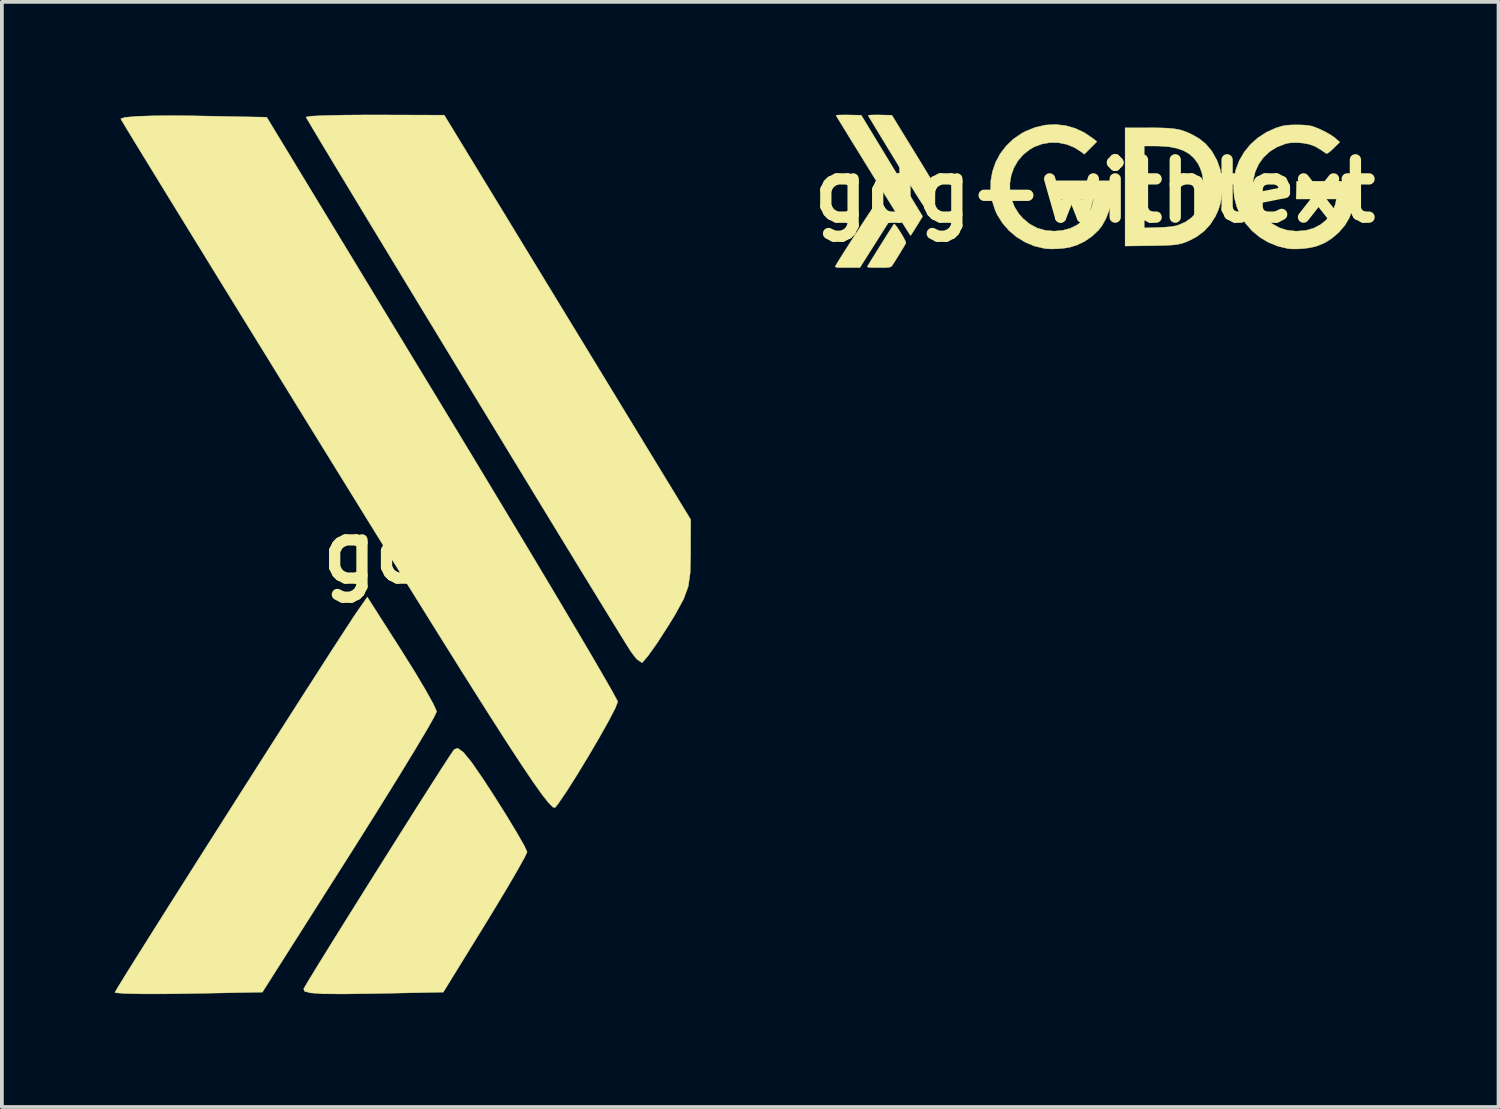
<source format=kicad_pcb>
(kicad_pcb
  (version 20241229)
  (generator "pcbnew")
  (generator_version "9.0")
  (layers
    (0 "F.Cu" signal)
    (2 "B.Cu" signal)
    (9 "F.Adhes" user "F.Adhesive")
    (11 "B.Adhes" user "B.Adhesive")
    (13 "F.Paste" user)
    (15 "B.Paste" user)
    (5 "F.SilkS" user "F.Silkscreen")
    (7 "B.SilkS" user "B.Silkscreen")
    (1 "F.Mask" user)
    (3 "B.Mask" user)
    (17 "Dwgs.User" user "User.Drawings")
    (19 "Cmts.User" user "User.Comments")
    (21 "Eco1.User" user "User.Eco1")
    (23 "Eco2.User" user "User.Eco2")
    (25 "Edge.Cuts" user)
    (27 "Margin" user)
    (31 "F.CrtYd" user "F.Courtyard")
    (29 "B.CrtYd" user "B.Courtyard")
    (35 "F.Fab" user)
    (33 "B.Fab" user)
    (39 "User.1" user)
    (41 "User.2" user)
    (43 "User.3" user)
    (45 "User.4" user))
  (footprint "gdg"
    (layer "F.Cu")
    (at 7.625 11.63)
    (property "Reference" "gdg" (at 0 0 0) (layer "F.SilkS") (effects (font (size 1.524 1.524) (thickness 0.3))))
    (attr through_hole)
    (fp_poly (pts (xy 1.645 5.321) (xy 1.866 5.591) (xy 2.181 6.049) (xy 2.45 6.462) (xy 2.791 7.004) (xy 3.071 7.467) (xy 3.263 7.804) (xy 3.338 7.967) (xy 3.338 7.971) (xy 3.269 8.119) (xy 3.083 8.453) (xy 2.804 8.931) (xy 2.455 9.511) (xy 2.222 9.893) (xy 1.11 11.697) (xy -0.792 11.735) (xy -1.559 11.745) (xy -2.092 11.74) (xy -2.421 11.716) (xy -2.58 11.673) (xy -2.601 11.606) (xy -2.598 11.601) (xy -2.456 11.36) (xy -2.203 10.946) (xy -1.862 10.395) (xy -1.456 9.744) (xy -1.008 9.028) (xy -0.54 8.283) (xy -0.076 7.546) (xy 0.362 6.853) (xy 0.751 6.241) (xy 1.069 5.744) (xy 1.293 5.4) (xy 1.399 5.245) (xy 1.402 5.242) (xy 1.498 5.214) (xy 1.645 5.321)) (stroke (width 0.01) (type solid)) (fill yes) (layer "F.SilkS"))
    (fp_poly (pts (xy 0.01 2.635) (xy 0.358 3.192) (xy 0.646 3.675) (xy 0.846 4.037) (xy 0.932 4.228) (xy 0.933 4.238) (xy 0.864 4.386) (xy 0.668 4.731) (xy 0.362 5.245) (xy -0.037 5.9) (xy -0.513 6.668) (xy -1.048 7.521) (xy -1.381 8.048) (xy -3.699 11.697) (xy -5.659 11.734) (xy -6.349 11.743) (xy -6.932 11.742) (xy -7.363 11.732) (xy -7.594 11.713) (xy -7.62 11.703) (xy -7.551 11.582) (xy -7.355 11.263) (xy -7.05 10.775) (xy -6.653 10.144) (xy -6.183 9.399) (xy -5.656 8.567) (xy -5.09 7.675) (xy -4.503 6.752) (xy -3.912 5.824) (xy -3.336 4.92) (xy -2.791 4.068) (xy -2.294 3.294) (xy -1.865 2.626) (xy -1.519 2.093) (xy -1.276 1.721) (xy -1.171 1.566) (xy -0.91 1.193) (xy 0.01 2.635)) (stroke (width 0.01) (type solid)) (fill yes) (layer "F.SilkS"))
    (fp_poly (pts (xy -0.702 -11.625) (xy 1.136 -11.619) (xy 4.412 -6.244) (xy 7.687 -0.869) (xy 7.685 0.067) (xy 7.674 0.548) (xy 7.622 0.91) (xy 7.499 1.247) (xy 7.275 1.656) (xy 7.084 1.968) (xy 6.801 2.407) (xy 6.564 2.742) (xy 6.413 2.921) (xy 6.387 2.937) (xy 6.25 2.84) (xy 6.096 2.64) (xy 5.939 2.39) (xy 5.667 1.949) (xy 5.295 1.343) (xy 4.837 0.595) (xy 4.308 -0.271) (xy 3.721 -1.233) (xy 3.093 -2.265) (xy 2.436 -3.344) (xy 1.765 -4.447) (xy 1.095 -5.55) (xy 0.439 -6.629) (xy -0.186 -7.66) (xy -0.768 -8.62) (xy -1.291 -9.485) (xy -1.742 -10.231) (xy -2.106 -10.835) (xy -2.368 -11.273) (xy -2.514 -11.521) (xy -2.54 -11.568) (xy -2.414 -11.591) (xy -2.07 -11.608) (xy -1.554 -11.62) (xy -0.916 -11.625) (xy -0.702 -11.625)) (stroke (width 0.01) (type solid)) (fill yes) (layer "F.SilkS"))
    (fp_poly (pts (xy -5.547 -11.601) (xy -3.584 -11.564) (xy 1.081 -3.877) (xy 1.873 -2.57) (xy 2.622 -1.327) (xy 3.318 -0.17) (xy 3.949 0.885) (xy 4.503 1.817) (xy 4.97 2.607) (xy 5.337 3.236) (xy 5.594 3.684) (xy 5.729 3.934) (xy 5.747 3.979) (xy 5.681 4.149) (xy 5.505 4.488) (xy 5.253 4.937) (xy 4.959 5.438) (xy 4.657 5.935) (xy 4.381 6.37) (xy 4.165 6.685) (xy 4.082 6.79) (xy 4.025 6.779) (xy 3.914 6.668) (xy 3.739 6.447) (xy 3.494 6.102) (xy 3.171 5.623) (xy 2.762 4.997) (xy 2.26 4.212) (xy 1.656 3.256) (xy 0.943 2.117) (xy 0.113 0.784) (xy -0.842 -0.755) (xy -1.748 -2.221) (xy -2.629 -3.647) (xy -3.468 -5.009) (xy -4.257 -6.288) (xy -4.984 -7.468) (xy -5.638 -8.531) (xy -6.209 -9.46) (xy -6.686 -10.238) (xy -7.059 -10.847) (xy -7.317 -11.271) (xy -7.449 -11.492) (xy -7.465 -11.521) (xy -7.356 -11.56) (xy -7.024 -11.588) (xy -6.514 -11.604) (xy -5.871 -11.605) (xy -5.547 -11.601)) (stroke (width 0.01) (type solid)) (fill yes) (layer "F.SilkS")))
  (footprint "gdg-withtext"
    (layer "F.Cu")
    (at 26.053 2.033)
    (property "Reference" "gdg-withtext" (at 0 0 0) (layer "F.SilkS") (effects (font (size 1.524 1.524) (thickness 0.3))))
    (attr through_hole)
    (fp_poly (pts (xy -5.72 0.236) (xy -5.681 0.289) (xy -5.629 0.365) (xy -5.569 0.458) (xy -5.563 0.467) (xy -5.407 0.712) (xy -5.825 1.372) (xy -6.243 2.032) (xy -6.576 2.032) (xy -6.707 2.031) (xy -6.799 2.029) (xy -6.857 2.025) (xy -6.887 2.017) (xy -6.897 2.006) (xy -6.896 1.997) (xy -6.878 1.964) (xy -6.839 1.898) (xy -6.781 1.804) (xy -6.708 1.688) (xy -6.623 1.554) (xy -6.528 1.406) (xy -6.428 1.249) (xy -6.324 1.089) (xy -6.22 0.929) (xy -6.119 0.774) (xy -6.023 0.628) (xy -5.937 0.498) (xy -5.862 0.387) (xy -5.803 0.3) (xy -5.762 0.241) (xy -5.741 0.216) (xy -5.74 0.215) (xy -5.72 0.236)) (stroke (width 0.01) (type solid)) (fill yes) (layer "F.SilkS"))
    (fp_poly (pts (xy -6.546 -2.027) (xy -6.206 -2.02) (xy -4.575 0.669) (xy -4.729 0.922) (xy -4.788 1.017) (xy -4.839 1.096) (xy -4.876 1.152) (xy -4.896 1.176) (xy -4.897 1.177) (xy -4.911 1.158) (xy -4.947 1.102) (xy -5.004 1.013) (xy -5.079 0.894) (xy -5.172 0.747) (xy -5.279 0.575) (xy -5.4 0.382) (xy -5.532 0.169) (xy -5.673 -0.059) (xy -5.823 -0.3) (xy -5.89 -0.408) (xy -6.042 -0.655) (xy -6.187 -0.89) (xy -6.323 -1.111) (xy -6.449 -1.314) (xy -6.562 -1.498) (xy -6.66 -1.658) (xy -6.743 -1.793) (xy -6.807 -1.898) (xy -6.852 -1.971) (xy -6.875 -2.009) (xy -6.877 -2.014) (xy -6.859 -2.02) (xy -6.801 -2.025) (xy -6.714 -2.027) (xy -6.603 -2.028) (xy -6.546 -2.027)) (stroke (width 0.01) (type solid)) (fill yes) (layer "F.SilkS"))
    (fp_poly (pts (xy -5.316 0.88) (xy -5.28 0.921) (xy -5.234 0.986) (xy -5.182 1.065) (xy -5.129 1.15) (xy -5.081 1.233) (xy -5.044 1.304) (xy -5.022 1.355) (xy -5.02 1.375) (xy -5.038 1.412) (xy -5.076 1.479) (xy -5.128 1.565) (xy -5.187 1.663) (xy -5.249 1.763) (xy -5.307 1.855) (xy -5.355 1.931) (xy -5.389 1.98) (xy -5.398 1.992) (xy -5.418 2.008) (xy -5.451 2.02) (xy -5.503 2.027) (xy -5.582 2.031) (xy -5.698 2.032) (xy -5.744 2.032) (xy -5.874 2.031) (xy -5.964 2.028) (xy -6.018 2.022) (xy -6.042 2.012) (xy -6.044 2.003) (xy -6.029 1.977) (xy -5.993 1.918) (xy -5.941 1.832) (xy -5.875 1.726) (xy -5.8 1.605) (xy -5.72 1.476) (xy -5.638 1.346) (xy -5.559 1.22) (xy -5.486 1.104) (xy -5.423 1.005) (xy -5.374 0.929) (xy -5.343 0.882) (xy -5.335 0.87) (xy -5.316 0.88)) (stroke (width 0.01) (type solid)) (fill yes) (layer "F.SilkS"))
    (fp_poly (pts (xy -5.738 -2.027) (xy -5.712 -2.027) (xy -5.392 -2.02) (xy -5.052 -1.466) (xy -4.893 -1.207) (xy -4.756 -0.984) (xy -4.64 -0.795) (xy -4.543 -0.636) (xy -4.463 -0.504) (xy -4.399 -0.396) (xy -4.349 -0.309) (xy -4.311 -0.24) (xy -4.284 -0.186) (xy -4.265 -0.144) (xy -4.254 -0.111) (xy -4.248 -0.084) (xy -4.245 -0.059) (xy -4.245 -0.035) (xy -4.245 -0.013) (xy -4.249 0.064) (xy -4.264 0.129) (xy -4.296 0.2) (xy -4.338 0.273) (xy -4.386 0.353) (xy -4.429 0.421) (xy -4.458 0.464) (xy -4.461 0.467) (xy -4.469 0.472) (xy -4.481 0.467) (xy -4.5 0.45) (xy -4.527 0.418) (xy -4.563 0.368) (xy -4.61 0.297) (xy -4.671 0.203) (xy -4.746 0.084) (xy -4.838 -0.064) (xy -4.948 -0.243) (xy -5.079 -0.456) (xy -5.231 -0.705) (xy -5.253 -0.742) (xy -5.386 -0.96) (xy -5.513 -1.168) (xy -5.629 -1.36) (xy -5.735 -1.534) (xy -5.827 -1.686) (xy -5.904 -1.813) (xy -5.964 -1.912) (xy -6.004 -1.979) (xy -6.022 -2.01) (xy -6.023 -2.012) (xy -6.004 -2.02) (xy -5.946 -2.025) (xy -5.855 -2.028) (xy -5.738 -2.027)) (stroke (width 0.01) (type solid)) (fill yes) (layer "F.SilkS"))
    (fp_poly (pts (xy 1.636 -1.685) (xy 1.823 -1.681) (xy 1.978 -1.673) (xy 2.108 -1.66) (xy 2.22 -1.642) (xy 2.32 -1.617) (xy 2.416 -1.583) (xy 2.515 -1.541) (xy 2.575 -1.513) (xy 2.774 -1.4) (xy 2.938 -1.27) (xy 3.076 -1.114) (xy 3.126 -1.044) (xy 3.253 -0.816) (xy 3.338 -0.576) (xy 3.383 -0.319) (xy 3.388 -0.042) (xy 3.387 -0.024) (xy 3.369 0.171) (xy 3.338 0.337) (xy 3.289 0.491) (xy 3.219 0.648) (xy 3.203 0.679) (xy 3.071 0.885) (xy 2.906 1.063) (xy 2.713 1.208) (xy 2.604 1.268) (xy 2.508 1.315) (xy 2.423 1.352) (xy 2.342 1.381) (xy 2.259 1.403) (xy 2.167 1.419) (xy 2.059 1.431) (xy 1.929 1.438) (xy 1.768 1.444) (xy 1.572 1.448) (xy 1.472 1.449) (xy 0.808 1.458) (xy 0.808 -1.201) (xy 1.316 -1.201) (xy 1.316 0.976) (xy 1.691 0.964) (xy 1.857 0.957) (xy 1.986 0.947) (xy 2.088 0.934) (xy 2.17 0.917) (xy 2.211 0.905) (xy 2.409 0.82) (xy 2.576 0.703) (xy 2.71 0.555) (xy 2.808 0.378) (xy 2.819 0.352) (xy 2.851 0.237) (xy 2.873 0.091) (xy 2.884 -0.069) (xy 2.884 -0.229) (xy 2.873 -0.374) (xy 2.852 -0.475) (xy 2.803 -0.619) (xy 2.744 -0.736) (xy 2.666 -0.845) (xy 2.636 -0.879) (xy 2.515 -0.991) (xy 2.366 -1.077) (xy 2.187 -1.14) (xy 1.976 -1.181) (xy 1.727 -1.199) (xy 1.617 -1.201) (xy 1.316 -1.201) (xy 0.808 -1.201) (xy 0.808 -1.686) (xy 1.41 -1.686) (xy 1.636 -1.685)) (stroke (width 0.01) (type solid)) (fill yes) (layer "F.SilkS"))
    (fp_poly (pts (xy -0.775 -1.744) (xy -0.518 -1.671) (xy -0.27 -1.554) (xy -0.035 -1.393) (xy -0.012 -1.374) (xy 0.058 -1.317) (xy -0.109 -1.15) (xy -0.276 -0.983) (xy -0.34 -1.033) (xy -0.534 -1.159) (xy -0.743 -1.244) (xy -0.961 -1.289) (xy -1.182 -1.293) (xy -1.4 -1.256) (xy -1.608 -1.178) (xy -1.722 -1.113) (xy -1.9 -0.972) (xy -2.042 -0.807) (xy -2.149 -0.621) (xy -2.22 -0.421) (xy -2.255 -0.213) (xy -2.253 -0.001) (xy -2.213 0.209) (xy -2.135 0.411) (xy -2.018 0.599) (xy -1.905 0.727) (xy -1.727 0.874) (xy -1.53 0.979) (xy -1.316 1.041) (xy -1.084 1.062) (xy -0.858 1.043) (xy -0.651 0.987) (xy -0.467 0.897) (xy -0.31 0.775) (xy -0.184 0.625) (xy -0.092 0.449) (xy -0.049 0.306) (xy -0.028 0.208) (xy -1.085 0.208) (xy -1.085 -0.277) (xy 0.435 -0.277) (xy 0.452 -0.148) (xy 0.46 0.068) (xy 0.435 0.293) (xy 0.38 0.517) (xy 0.299 0.729) (xy 0.194 0.917) (xy 0.103 1.035) (xy -0.068 1.196) (xy -0.265 1.332) (xy -0.476 1.434) (xy -0.651 1.488) (xy -0.81 1.515) (xy -0.986 1.531) (xy -1.161 1.535) (xy -1.314 1.525) (xy -1.339 1.521) (xy -1.599 1.46) (xy -1.846 1.357) (xy -2.074 1.219) (xy -2.277 1.048) (xy -2.451 0.849) (xy -2.591 0.626) (xy -2.648 0.501) (xy -2.73 0.243) (xy -2.767 -0.018) (xy -2.762 -0.277) (xy -2.717 -0.529) (xy -2.633 -0.77) (xy -2.511 -0.996) (xy -2.354 -1.202) (xy -2.164 -1.385) (xy -1.941 -1.538) (xy -1.836 -1.594) (xy -1.573 -1.699) (xy -1.306 -1.759) (xy -1.039 -1.774) (xy -0.775 -1.744)) (stroke (width 0.01) (type solid)) (fill yes) (layer "F.SilkS"))
    (fp_poly (pts (xy 5.51 -1.761) (xy 5.643 -1.752) (xy 5.748 -1.735) (xy 5.75 -1.735) (xy 5.866 -1.698) (xy 6.002 -1.641) (xy 6.142 -1.572) (xy 6.271 -1.498) (xy 6.376 -1.426) (xy 6.403 -1.403) (xy 6.515 -1.305) (xy 6.353 -1.146) (xy 6.271 -1.068) (xy 6.207 -1.019) (xy 6.168 -1) (xy 6.161 -1.001) (xy 6.127 -1.022) (xy 6.069 -1.061) (xy 6.021 -1.095) (xy 5.87 -1.186) (xy 5.71 -1.247) (xy 5.528 -1.28) (xy 5.424 -1.288) (xy 5.286 -1.29) (xy 5.177 -1.283) (xy 5.08 -1.263) (xy 5.066 -1.259) (xy 4.844 -1.173) (xy 4.651 -1.052) (xy 4.488 -0.9) (xy 4.36 -0.721) (xy 4.268 -0.518) (xy 4.215 -0.295) (xy 4.203 -0.117) (xy 4.22 0.11) (xy 4.273 0.312) (xy 4.365 0.496) (xy 4.5 0.669) (xy 4.547 0.718) (xy 4.722 0.867) (xy 4.908 0.972) (xy 5.111 1.036) (xy 5.337 1.062) (xy 5.38 1.062) (xy 5.612 1.043) (xy 5.821 0.984) (xy 6.007 0.886) (xy 6.154 0.766) (xy 6.245 0.657) (xy 6.325 0.523) (xy 6.385 0.385) (xy 6.409 0.294) (xy 6.424 0.208) (xy 5.355 0.208) (xy 5.362 -0.029) (xy 5.369 -0.266) (xy 6.893 -0.266) (xy 6.899 -0.012) (xy 6.89 0.256) (xy 6.847 0.496) (xy 6.768 0.711) (xy 6.651 0.907) (xy 6.495 1.088) (xy 6.471 1.111) (xy 6.301 1.256) (xy 6.129 1.365) (xy 5.943 1.445) (xy 5.847 1.475) (xy 5.713 1.504) (xy 5.557 1.524) (xy 5.396 1.535) (xy 5.246 1.535) (xy 5.137 1.526) (xy 4.866 1.461) (xy 4.615 1.359) (xy 4.388 1.223) (xy 4.188 1.057) (xy 4.018 0.864) (xy 3.879 0.648) (xy 3.776 0.413) (xy 3.711 0.162) (xy 3.687 -0.102) (xy 3.698 -0.304) (xy 3.749 -0.566) (xy 3.843 -0.812) (xy 3.974 -1.038) (xy 4.14 -1.242) (xy 4.337 -1.419) (xy 4.563 -1.566) (xy 4.814 -1.68) (xy 4.989 -1.734) (xy 5.088 -1.751) (xy 5.218 -1.761) (xy 5.363 -1.764) (xy 5.51 -1.761)) (stroke (width 0.01) (type solid)) (fill yes) (layer "F.SilkS")))
  (gr_rect
    (start -3 -3)
    (end 36.789 26.38)
    (stroke (width 0.1) (type default))
    (fill no)
    (layer "Edge.Cuts")))
</source>
